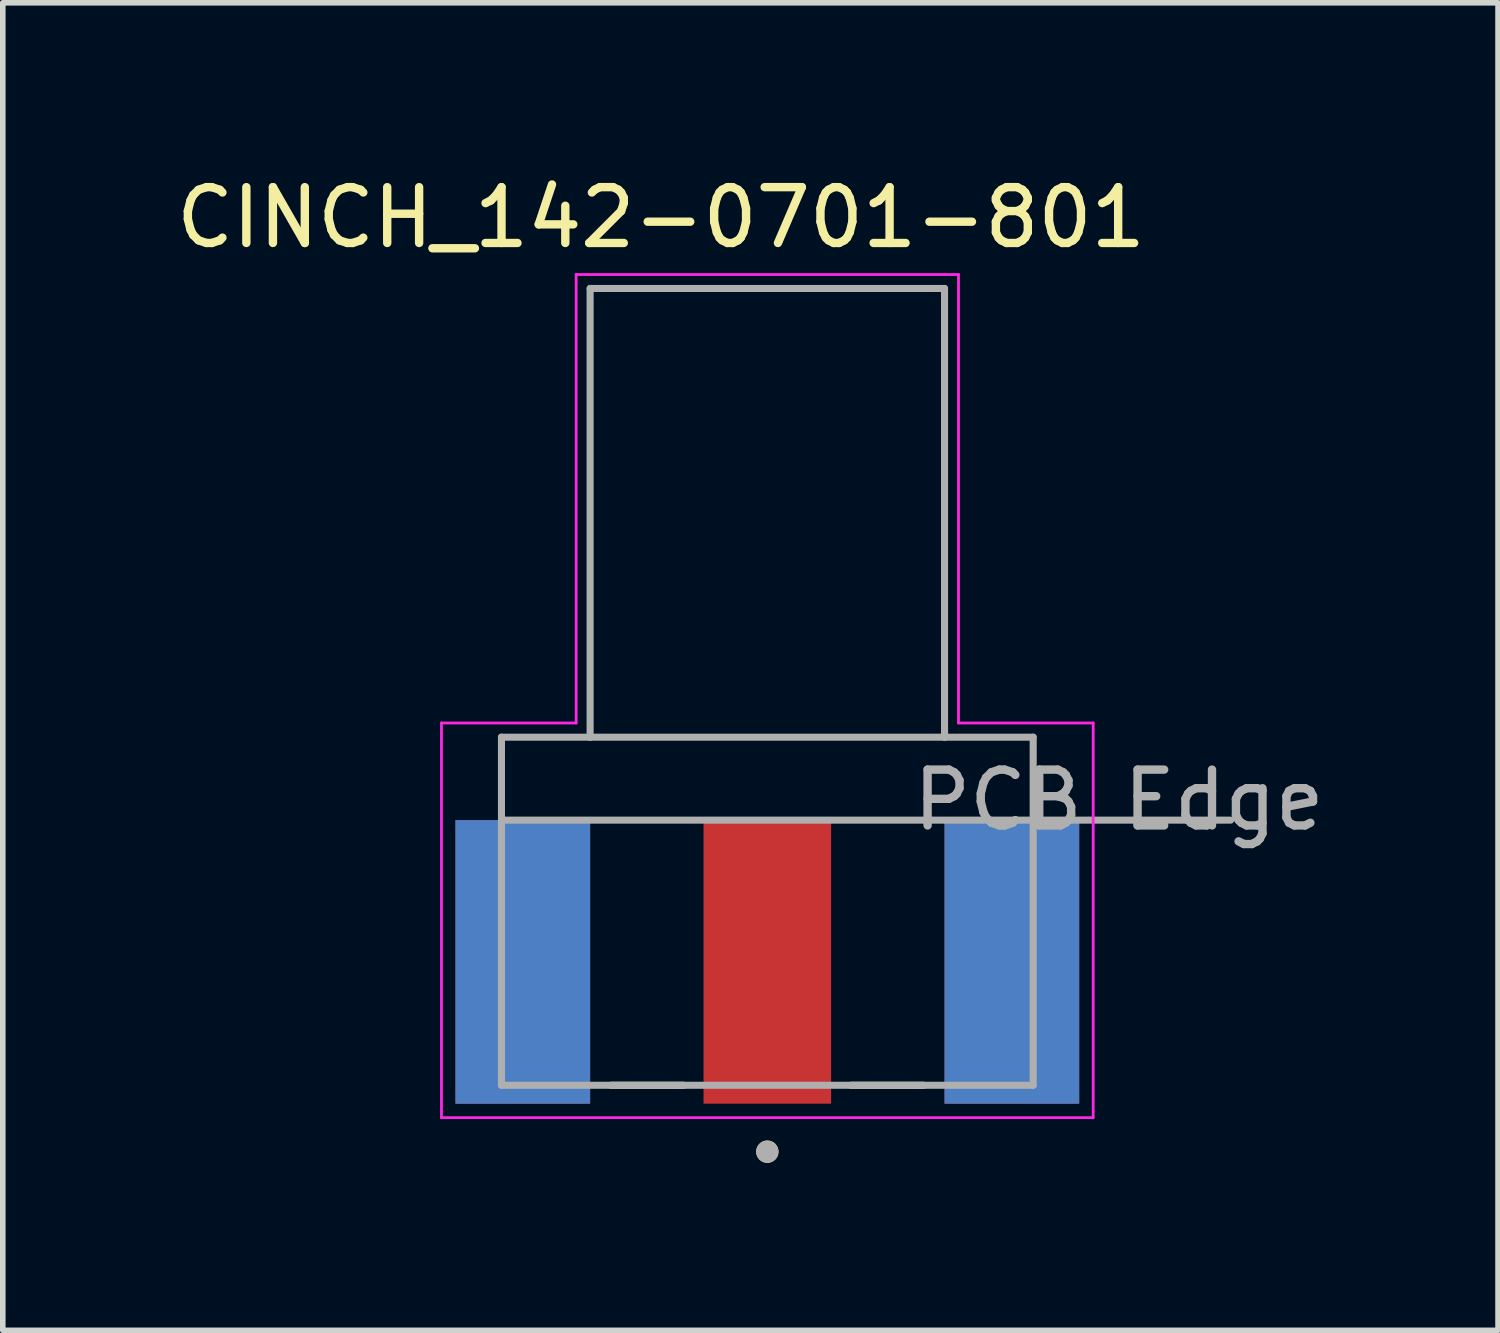
<source format=kicad_pcb>
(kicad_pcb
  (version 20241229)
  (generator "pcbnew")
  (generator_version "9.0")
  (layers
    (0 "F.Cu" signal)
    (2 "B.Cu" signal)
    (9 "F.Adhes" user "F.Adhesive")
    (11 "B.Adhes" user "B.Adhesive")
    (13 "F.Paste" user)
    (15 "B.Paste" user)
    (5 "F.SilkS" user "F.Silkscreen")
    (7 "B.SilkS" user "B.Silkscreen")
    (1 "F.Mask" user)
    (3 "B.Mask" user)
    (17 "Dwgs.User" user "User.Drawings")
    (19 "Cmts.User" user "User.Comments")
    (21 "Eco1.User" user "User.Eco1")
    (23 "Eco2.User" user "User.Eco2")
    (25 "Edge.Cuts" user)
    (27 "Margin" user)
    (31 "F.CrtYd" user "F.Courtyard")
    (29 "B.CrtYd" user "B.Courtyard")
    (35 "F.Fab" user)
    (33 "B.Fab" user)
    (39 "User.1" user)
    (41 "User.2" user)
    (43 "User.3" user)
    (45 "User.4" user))
  (footprint "CINCH_142-0701-801"
    (layer "F.Cu")
    (at 10.697 14.183)
    (property "Reference" "CINCH_142-0701-801" (at -1.905 -13.335 0) (layer "F.SilkS") (effects (font (size 1 1) (thickness 0.15))))
    (attr smd)
    (fp_line (start -2.8 2.21) (end -1.5 2.21) (stroke (width 0.127) (type solid)) (layer "F.SilkS"))
    (fp_line (start 1.5 2.21) (end 2.8 2.21) (stroke (width 0.127) (type solid)) (layer "F.SilkS"))
    (fp_circle (center 0 3.4) (end 0.1 3.4) (stroke (width 0.2) (type solid)) (fill no) (layer "F.SilkS"))
    (fp_line (start -5.838 -4.28) (end -3.425 -4.28) (stroke (width 0.05) (type solid)) (layer "F.CrtYd"))
    (fp_line (start -5.838 2.79) (end -5.838 -4.28) (stroke (width 0.05) (type solid)) (layer "F.CrtYd"))
    (fp_line (start -3.425 -12.315) (end 3.425 -12.315) (stroke (width 0.05) (type solid)) (layer "F.CrtYd"))
    (fp_line (start -3.425 -4.28) (end -3.425 -12.315) (stroke (width 0.05) (type solid)) (layer "F.CrtYd"))
    (fp_line (start 3.425 -12.315) (end 3.425 -4.28) (stroke (width 0.05) (type solid)) (layer "F.CrtYd"))
    (fp_line (start 3.425 -4.28) (end 5.838 -4.28) (stroke (width 0.05) (type solid)) (layer "F.CrtYd"))
    (fp_line (start 5.838 -4.28) (end 5.838 2.79) (stroke (width 0.05) (type solid)) (layer "F.CrtYd"))
    (fp_line (start 5.838 2.79) (end -5.838 2.79) (stroke (width 0.05) (type solid)) (layer "F.CrtYd"))
    (fp_line (start -4.763 -4.026) (end -4.763 -2.54) (stroke (width 0.127) (type solid)) (layer "F.Fab"))
    (fp_line (start -4.763 -4.026) (end -3.175 -4.026) (stroke (width 0.127) (type solid)) (layer "F.Fab"))
    (fp_line (start -4.763 -2.54) (end 4.763 -2.54) (stroke (width 0.127) (type solid)) (layer "F.Fab"))
    (fp_line (start -4.763 2.21) (end -4.763 -2.54) (stroke (width 0.127) (type solid)) (layer "F.Fab"))
    (fp_line (start -3.175 -12.065) (end 3.175 -12.065) (stroke (width 0.127) (type solid)) (layer "F.Fab"))
    (fp_line (start -3.175 -4.026) (end -3.175 -12.065) (stroke (width 0.127) (type solid)) (layer "F.Fab"))
    (fp_line (start -3.175 -4.026) (end 3.175 -4.026) (stroke (width 0.127) (type solid)) (layer "F.Fab"))
    (fp_line (start 3.175 -12.065) (end 3.175 -4.026) (stroke (width 0.127) (type solid)) (layer "F.Fab"))
    (fp_line (start 3.175 -4.026) (end 4.763 -4.026) (stroke (width 0.127) (type solid)) (layer "F.Fab"))
    (fp_line (start 4.763 -4.026) (end 4.763 -2.54) (stroke (width 0.127) (type solid)) (layer "F.Fab"))
    (fp_line (start 4.763 -2.54) (end 4.763 2.21) (stroke (width 0.127) (type solid)) (layer "F.Fab"))
    (fp_line (start 4.763 2.21) (end -4.763 2.21) (stroke (width 0.127) (type solid)) (layer "F.Fab"))
    (fp_line (start 4.8 -2.54) (end 8.3 -2.54) (stroke (width 0.127) (type solid)) (layer "F.Fab"))
    (fp_circle (center 0 3.4) (end 0.1 3.4) (stroke (width 0.2) (type solid)) (fill no) (layer "F.Fab"))
    (fp_text user "PCB Edge" (at 6.3 -2.9 0) (layer "F.Fab") (effects (font (size 1 1) (thickness 0.15))))
    (pad "1" smd rect (at 0 0) (size 2.286 5.08) (layers "F.Cu" "F.Mask" "F.Paste"))
    (pad "S1" smd rect (at -4.381 0) (size 2.413 5.08) (layers "F.Cu" "F.Mask" "F.Paste"))
    (pad "S2" smd rect (at 4.381 0) (size 2.413 5.08) (layers "F.Cu" "F.Mask" "F.Paste"))
    (pad "S3" smd rect (at -4.381 0) (size 2.413 5.08) (layers "B.Cu" "B.Mask" "B.Paste"))
    (pad "S4" smd rect (at 4.381 0) (size 2.413 5.08) (layers "B.Cu" "B.Mask" "B.Paste")))
  (gr_rect
    (start -3 -3)
    (end 23.788 20.783)
    (stroke (width 0.1) (type default))
    (fill no)
    (layer "Edge.Cuts")))
</source>
